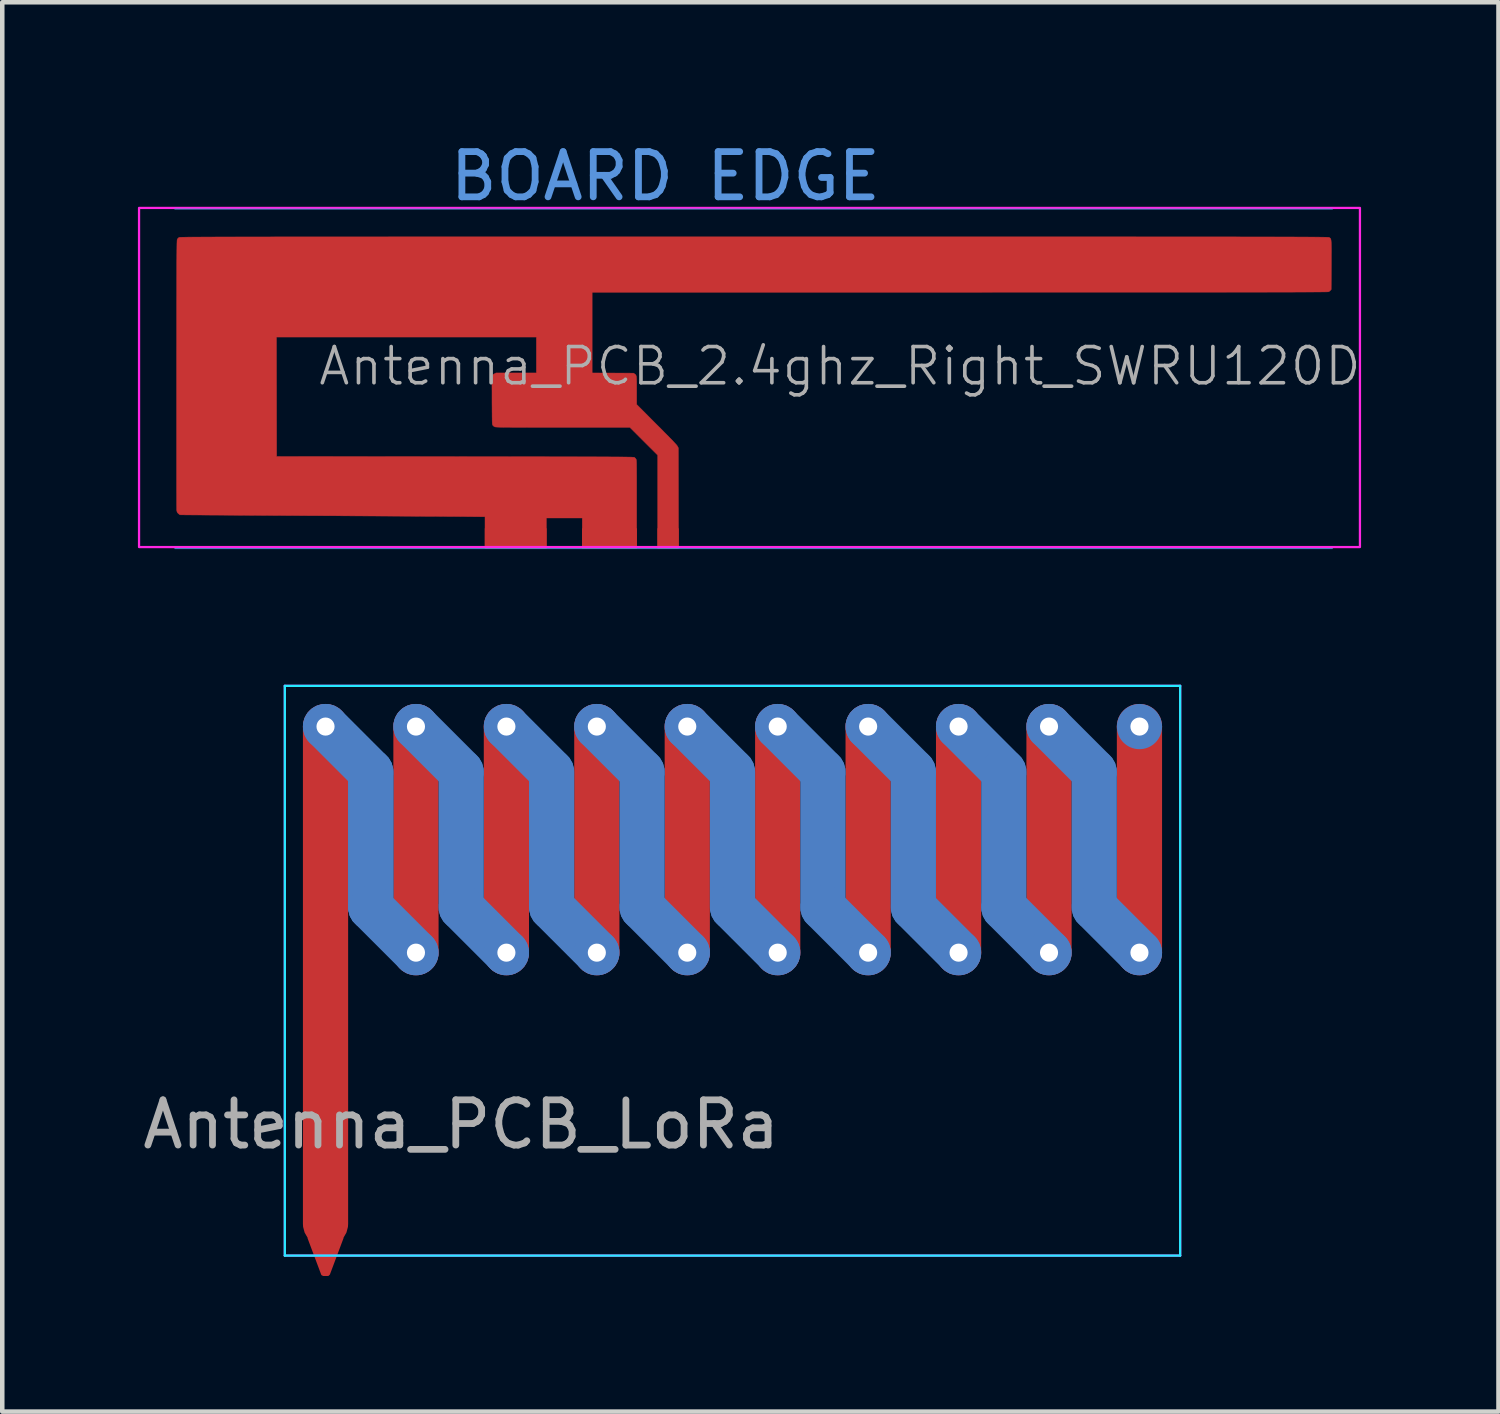
<source format=kicad_pcb>
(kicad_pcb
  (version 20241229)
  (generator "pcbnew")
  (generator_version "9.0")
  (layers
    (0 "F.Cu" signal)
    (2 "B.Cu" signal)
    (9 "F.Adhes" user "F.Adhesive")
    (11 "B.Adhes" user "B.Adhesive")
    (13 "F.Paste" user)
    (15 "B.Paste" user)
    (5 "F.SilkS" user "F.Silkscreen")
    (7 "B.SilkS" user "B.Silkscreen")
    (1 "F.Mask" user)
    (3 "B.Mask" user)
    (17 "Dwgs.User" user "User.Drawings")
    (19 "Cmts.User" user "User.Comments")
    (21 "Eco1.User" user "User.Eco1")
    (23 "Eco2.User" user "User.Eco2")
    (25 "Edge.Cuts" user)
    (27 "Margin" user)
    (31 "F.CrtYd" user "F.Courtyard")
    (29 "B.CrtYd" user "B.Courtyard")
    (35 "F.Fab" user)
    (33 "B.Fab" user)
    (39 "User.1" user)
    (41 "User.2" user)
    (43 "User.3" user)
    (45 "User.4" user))
  (footprint "Antenna_PCB_LoRa"
    (layer "F.Cu")
    (at 13.149 18.818)
    (property "Reference" "Antenna_PCB_LoRa" (at -6 3 0) (layer "F.Fab") (effects (font (size 1 1) (thickness 0.15))))
    (attr through_hole)
    (fp_line (start -9.9 -6.7) (end -9.9 5.9) (stroke (width 0.05) (type solid)) (layer "B.CrtYd"))
    (fp_line (start -9.9 5.9) (end 9.9 5.9) (stroke (width 0.05) (type solid)) (layer "B.CrtYd"))
    (fp_line (start 9.9 -6.7) (end -9.9 -6.7) (stroke (width 0.05) (type solid)) (layer "B.CrtYd"))
    (fp_line (start 9.9 5.9) (end 9.9 -6.7) (stroke (width 0.05) (type solid)) (layer "B.CrtYd"))
    (fp_line (start -9.9 -6.7) (end -9.9 5.9) (stroke (width 0.05) (type solid)) (layer "F.CrtYd"))
    (fp_line (start -9.9 5.9) (end 9.9 5.9) (stroke (width 0.05) (type solid)) (layer "F.CrtYd"))
    (fp_line (start 9.9 -6.7) (end -9.9 -6.7) (stroke (width 0.05) (type solid)) (layer "F.CrtYd"))
    (fp_line (start 9.9 5.9) (end 9.9 -6.7) (stroke (width 0.05) (type solid)) (layer "F.CrtYd"))
    (pad "1" thru_hole circle (at -9 -5.8 180) (size 1 1) (drill 0.4) (layers "*.Cu"))
    (pad "1" smd custom (at -9 5.9 180) (size 0.2 0.2) (layers "F.Cu") (options (anchor circle)) (primitives (gr_poly (pts (xy -0.35 0.4) (xy 0.35 0.4) (xy 0.05 -0.4) (xy -0.05 -0.4)) (width 0.1) (fill yes)) (gr_line (start 0 0.7) (end 0 11.7) (width 1))))
    (pad "1" smd custom (at -8.4 -5.2) (size 1 1) (layers "B.Cu") (options (anchor circle)) (primitives (gr_line (start -0.6 -0.6) (end 0.4 0.4) (width 1))))
    (pad "1" smd custom (at -8 -3.3) (size 1 1) (layers "B.Cu") (options (anchor circle)) (primitives (gr_line (start 0 -1.5) (end 0 1.5) (width 1))))
    (pad "1" smd custom (at -8 -3.3) (size 1 1) (layers "B.Cu") (options (anchor circle)) (primitives (gr_line (start 0 -1.5) (end 0 1.5) (width 1))))
    (pad "1" smd custom (at -7.5 -1.3) (size 1 1) (layers "B.Cu") (options (anchor circle)) (primitives (gr_line (start -0.5 -0.5) (end 0.5 0.5) (width 1))))
    (pad "1" thru_hole circle (at -7 -5.8 180) (size 1 1) (drill 0.4) (layers "*.Cu"))
    (pad "1" smd custom (at -7 -3.25) (size 1 1) (layers "F.Cu") (options (anchor circle)) (primitives (gr_line (start 0 -2.55) (end 0 2.45) (width 1))))
    (pad "1" thru_hole circle (at -7 -0.8 180) (size 1 1) (drill 0.4) (layers "*.Cu"))
    (pad "1" smd custom (at -6.4 -5.2) (size 1 1) (layers "B.Cu") (options (anchor circle)) (primitives (gr_line (start -0.6 -0.6) (end 0.4 0.4) (width 1))))
    (pad "1" smd custom (at -6 -3.3) (size 1 1) (layers "B.Cu") (options (anchor circle)) (primitives (gr_line (start 0 -1.5) (end 0 1.5) (width 1))))
    (pad "1" smd custom (at -5.5 -1.3) (size 1 1) (layers "B.Cu") (options (anchor circle)) (primitives (gr_line (start -0.5 -0.5) (end 0.5 0.5) (width 1))))
    (pad "1" thru_hole circle (at -5 -5.8 180) (size 1 1) (drill 0.4) (layers "*.Cu"))
    (pad "1" smd custom (at -5 -3.25) (size 1 1) (layers "F.Cu") (options (anchor circle)) (primitives (gr_line (start 0 -2.55) (end 0 2.45) (width 1))))
    (pad "1" thru_hole circle (at -5 -0.8 180) (size 1 1) (drill 0.4) (layers "*.Cu"))
    (pad "1" smd custom (at -4.4 -5.2) (size 1 1) (layers "B.Cu") (options (anchor circle)) (primitives (gr_line (start -0.6 -0.6) (end 0.4 0.4) (width 1))))
    (pad "1" smd custom (at -4 -3.3) (size 1 1) (layers "B.Cu") (options (anchor circle)) (primitives (gr_line (start 0 -1.5) (end 0 1.5) (width 1))))
    (pad "1" smd custom (at -3.5 -1.3) (size 1 1) (layers "B.Cu") (options (anchor circle)) (primitives (gr_line (start -0.5 -0.5) (end 0.5 0.5) (width 1))))
    (pad "1" thru_hole circle (at -3 -5.8 180) (size 1 1) (drill 0.4) (layers "*.Cu"))
    (pad "1" smd custom (at -3 -3.25) (size 1 1) (layers "F.Cu") (options (anchor circle)) (primitives (gr_line (start 0 -2.55) (end 0 2.45) (width 1))))
    (pad "1" thru_hole circle (at -3 -0.8 180) (size 1 1) (drill 0.4) (layers "*.Cu"))
    (pad "1" smd custom (at -2.4 -5.2) (size 1 1) (layers "B.Cu") (options (anchor circle)) (primitives (gr_line (start -0.6 -0.6) (end 0.4 0.4) (width 1))))
    (pad "1" smd custom (at -2 -3.3) (size 1 1) (layers "B.Cu") (options (anchor circle)) (primitives (gr_line (start 0 -1.5) (end 0 1.5) (width 1))))
    (pad "1" smd custom (at -1.5 -1.3) (size 1 1) (layers "B.Cu") (options (anchor circle)) (primitives (gr_line (start -0.5 -0.5) (end 0.5 0.5) (width 1))))
    (pad "1" thru_hole circle (at -1 -5.8 180) (size 1 1) (drill 0.4) (layers "*.Cu"))
    (pad "1" smd custom (at -1 -3.25) (size 1 1) (layers "F.Cu") (options (anchor circle)) (primitives (gr_line (start 0 -2.55) (end 0 2.45) (width 1))))
    (pad "1" thru_hole circle (at -1 -0.8 180) (size 1 1) (drill 0.4) (layers "*.Cu"))
    (pad "1" smd custom (at -0.4 -5.2) (size 1 1) (layers "B.Cu") (options (anchor circle)) (primitives (gr_line (start -0.6 -0.6) (end 0.4 0.4) (width 1))))
    (pad "1" smd custom (at 0 -3.3) (size 1 1) (layers "B.Cu") (options (anchor circle)) (primitives (gr_line (start 0 -1.5) (end 0 1.5) (width 1))))
    (pad "1" smd custom (at 0.5 -1.3) (size 1 1) (layers "B.Cu") (options (anchor circle)) (primitives (gr_line (start -0.5 -0.5) (end 0.5 0.5) (width 1))))
    (pad "1" thru_hole circle (at 1 -5.8 180) (size 1 1) (drill 0.4) (layers "*.Cu"))
    (pad "1" smd custom (at 1 -3.25) (size 1 1) (layers "F.Cu") (options (anchor circle)) (primitives (gr_line (start 0 -2.55) (end 0 2.45) (width 1))))
    (pad "1" thru_hole circle (at 1 -0.8 180) (size 1 1) (drill 0.4) (layers "*.Cu"))
    (pad "1" smd custom (at 1.6 -5.2) (size 1 1) (layers "B.Cu") (options (anchor circle)) (primitives (gr_line (start -0.6 -0.6) (end 0.4 0.4) (width 1))))
    (pad "1" smd custom (at 2 -3.3) (size 1 1) (layers "B.Cu") (options (anchor circle)) (primitives (gr_line (start 0 -1.5) (end 0 1.5) (width 1))))
    (pad "1" smd custom (at 2.5 -1.3) (size 1 1) (layers "B.Cu") (options (anchor circle)) (primitives (gr_line (start -0.5 -0.5) (end 0.5 0.5) (width 1))))
    (pad "1" thru_hole circle (at 3 -5.8 180) (size 1 1) (drill 0.4) (layers "*.Cu"))
    (pad "1" smd custom (at 3 -3.25) (size 1 1) (layers "F.Cu") (options (anchor circle)) (primitives (gr_line (start 0 -2.55) (end 0 2.45) (width 1))))
    (pad "1" thru_hole circle (at 3 -0.8 180) (size 1 1) (drill 0.4) (layers "*.Cu"))
    (pad "1" smd custom (at 3.6 -5.2) (size 1 1) (layers "B.Cu") (options (anchor circle)) (primitives (gr_line (start -0.6 -0.6) (end 0.4 0.4) (width 1))))
    (pad "1" smd custom (at 4 -3.3) (size 1 1) (layers "B.Cu") (options (anchor circle)) (primitives (gr_line (start 0 -1.5) (end 0 1.5) (width 1))))
    (pad "1" smd custom (at 4.5 -1.3) (size 1 1) (layers "B.Cu") (options (anchor circle)) (primitives (gr_line (start -0.5 -0.5) (end 0.5 0.5) (width 1))))
    (pad "1" thru_hole circle (at 5 -5.8 180) (size 1 1) (drill 0.4) (layers "*.Cu"))
    (pad "1" smd custom (at 5 -3.25) (size 1 1) (layers "F.Cu") (options (anchor circle)) (primitives (gr_line (start 0 -2.55) (end 0 2.45) (width 1))))
    (pad "1" thru_hole circle (at 5 -0.8 180) (size 1 1) (drill 0.4) (layers "*.Cu"))
    (pad "1" smd custom (at 5.6 -5.2) (size 1 1) (layers "B.Cu") (options (anchor circle)) (primitives (gr_line (start -0.6 -0.6) (end 0.4 0.4) (width 1))))
    (pad "1" smd custom (at 6 -3.3) (size 1 1) (layers "B.Cu") (options (anchor circle)) (primitives (gr_line (start 0 -1.5) (end 0 1.5) (width 1))))
    (pad "1" smd custom (at 6.5 -1.3) (size 1 1) (layers "B.Cu") (options (anchor circle)) (primitives (gr_line (start -0.5 -0.5) (end 0.5 0.5) (width 1))))
    (pad "1" thru_hole circle (at 7 -5.8 180) (size 1 1) (drill 0.4) (layers "*.Cu"))
    (pad "1" smd custom (at 7 -3.25) (size 1 1) (layers "F.Cu") (options (anchor circle)) (primitives (gr_line (start 0 -2.55) (end 0 2.45) (width 1))))
    (pad "1" thru_hole circle (at 7 -0.8 180) (size 1 1) (drill 0.4) (layers "*.Cu"))
    (pad "1" smd custom (at 7.6 -5.2) (size 1 1) (layers "B.Cu") (options (anchor circle)) (primitives (gr_line (start -0.6 -0.6) (end 0.4 0.4) (width 1))))
    (pad "1" smd custom (at 8 -3.3) (size 1 1) (layers "B.Cu") (options (anchor circle)) (primitives (gr_line (start 0 -1.5) (end 0 1.5) (width 1))))
    (pad "1" smd custom (at 8.5 -1.3) (size 1 1) (layers "B.Cu") (options (anchor circle)) (primitives (gr_line (start -0.5 -0.5) (end 0.5 0.5) (width 1))))
    (pad "1" thru_hole circle (at 9 -5.8 180) (size 1 1) (drill 0.4) (layers "*.Cu"))
    (pad "1" smd custom (at 9 -3.25) (size 1 1) (layers "F.Cu") (options (anchor circle)) (primitives (gr_line (start 0 -2.55) (end 0 2.45) (width 1))))
    (pad "1" thru_hole circle (at 9 -0.8 180) (size 1 1) (drill 0.4) (layers "*.Cu")))
  (footprint "Antenna_PCB_2.4ghz_Right_SWRU120D"
    (layer "F.Cu")
    (at 15.525 5.548)
    (property "Reference" "Antenna_PCB_2.4ghz_Right_SWRU120D" (at 0 -0.5 180) (layer "F.Fab") (effects (font (size 0.8 0.8) (thickness 0.08))))
    (attr smd exclude_from_bom)
    (fp_poly (pts (xy 0.095 -3.36) (xy 0.558 -3.36) (xy 1.008 -3.36) (xy 1.444 -3.36) (xy 1.867 -3.36) (xy 2.278 -3.36) (xy 2.675 -3.36) (xy 3.06 -3.36) (xy 3.433 -3.36) (xy 3.793 -3.36) (xy 4.142 -3.36) (xy 4.478 -3.36) (xy 4.804 -3.36) (xy 5.118 -3.36) (xy 5.42 -3.36) (xy 5.712 -3.36) (xy 5.993 -3.36) (xy 6.264 -3.36) (xy 6.524 -3.36) (xy 6.774 -3.359) (xy 7.014 -3.359) (xy 7.244 -3.359) (xy 7.465 -3.359) (xy 7.677 -3.359) (xy 7.879 -3.359) (xy 8.073 -3.359) (xy 8.257 -3.359) (xy 8.434 -3.359) (xy 8.602 -3.359) (xy 8.761 -3.359) (xy 8.913 -3.358) (xy 9.058 -3.358) (xy 9.194 -3.358) (xy 9.324 -3.358) (xy 9.446 -3.358) (xy 9.561 -3.358) (xy 9.67 -3.357) (xy 9.772 -3.357) (xy 9.868 -3.357) (xy 9.958 -3.357) (xy 10.042 -3.357) (xy 10.12 -3.356) (xy 10.193 -3.356) (xy 10.26 -3.356) (xy 10.323 -3.356) (xy 10.38 -3.355) (xy 10.433 -3.355) (xy 10.481 -3.355) (xy 10.525 -3.354) (xy 10.565 -3.354) (xy 10.602 -3.354) (xy 10.634 -3.353) (xy 10.663 -3.353) (xy 10.689 -3.353) (xy 10.711 -3.352) (xy 10.731 -3.352) (xy 10.748 -3.352) (xy 10.763 -3.351) (xy 10.776 -3.351) (xy 10.786 -3.35) (xy 10.794 -3.35) (xy 10.801 -3.349) (xy 10.807 -3.349) (xy 10.811 -3.348) (xy 10.814 -3.348) (xy 10.816 -3.347) (xy 10.818 -3.347) (xy 10.819 -3.346) (xy 10.82 -3.346) (xy 10.829 -3.34) (xy 10.837 -3.335) (xy 10.844 -3.33) (xy 10.849 -3.323) (xy 10.854 -3.313) (xy 10.858 -3.3) (xy 10.861 -3.283) (xy 10.863 -3.26) (xy 10.865 -3.23) (xy 10.866 -3.193) (xy 10.867 -3.148) (xy 10.868 -3.093) (xy 10.868 -3.027) (xy 10.867 -2.95) (xy 10.867 -2.861) (xy 10.867 -2.758) (xy 10.867 -2.739) (xy 10.864 -2.195) (xy 10.846 -2.175) (xy 10.828 -2.159) (xy 10.809 -2.146) (xy 10.808 -2.146) (xy 10.806 -2.145) (xy 10.8 -2.145) (xy 10.791 -2.144) (xy 10.779 -2.144) (xy 10.762 -2.143) (xy 10.742 -2.143) (xy 10.717 -2.142) (xy 10.687 -2.142) (xy 10.653 -2.142) (xy 10.614 -2.141) (xy 10.569 -2.141) (xy 10.519 -2.141) (xy 10.464 -2.14) (xy 10.402 -2.14) (xy 10.334 -2.14) (xy 10.259 -2.139) (xy 10.178 -2.139) (xy 10.09 -2.139) (xy 9.995 -2.138) (xy 9.892 -2.138) (xy 9.782 -2.138) (xy 9.663 -2.138) (xy 9.537 -2.138) (xy 9.402 -2.137) (xy 9.259 -2.137) (xy 9.106 -2.137) (xy 8.945 -2.137) (xy 8.774 -2.137) (xy 8.594 -2.137) (xy 8.403 -2.136) (xy 8.203 -2.136) (xy 7.993 -2.136) (xy 7.772 -2.136) (xy 7.54 -2.136) (xy 7.297 -2.136) (xy 7.043 -2.136) (xy 6.777 -2.136) (xy 6.5 -2.136) (xy 6.211 -2.136) (xy 5.909 -2.136) (xy 5.595 -2.136) (xy 5.268 -2.136) (xy 4.929 -2.136) (xy 4.576 -2.136) (xy 4.21 -2.136) (xy 3.83 -2.136) (xy 3.436 -2.136) (xy 3.028 -2.135) (xy 2.654 -2.135) (xy -5.48 -2.135) (xy -5.48 -0.35) (xy -4.565 -0.346) (xy -4.541 -0.329) (xy -4.531 -0.322) (xy -4.522 -0.314) (xy -4.515 -0.306) (xy -4.509 -0.294) (xy -4.504 -0.28) (xy -4.501 -0.26) (xy -4.499 -0.233) (xy -4.497 -0.199) (xy -4.496 -0.155) (xy -4.496 -0.1) (xy -4.496 -0.034) (xy -4.496 0.038) (xy -4.496 0.346) (xy -4.053 0.791) (xy -3.97 0.873) (xy -3.898 0.947) (xy -3.834 1.011) (xy -3.78 1.066) (xy -3.733 1.114) (xy -3.694 1.154) (xy -3.663 1.188) (xy -3.638 1.215) (xy -3.618 1.237) (xy -3.605 1.253) (xy -3.596 1.265) (xy -3.592 1.272) (xy -3.574 1.308) (xy -3.57 3.498) (xy -4.029 3.498) (xy -4.029 1.469) (xy -4.337 1.161) (xy -4.645 0.853) (xy -6.129 0.853) (xy -6.302 0.853) (xy -6.461 0.853) (xy -6.607 0.853) (xy -6.74 0.853) (xy -6.861 0.853) (xy -6.971 0.852) (xy -7.069 0.852) (xy -7.157 0.852) (xy -7.235 0.852) (xy -7.304 0.851) (xy -7.365 0.851) (xy -7.417 0.851) (xy -7.462 0.85) (xy -7.5 0.85) (xy -7.532 0.849) (xy -7.559 0.848) (xy -7.58 0.847) (xy -7.597 0.846) (xy -7.61 0.845) (xy -7.62 0.844) (xy -7.627 0.843) (xy -7.632 0.842) (xy -7.636 0.84) (xy -7.637 0.84) (xy -7.658 0.826) (xy -7.676 0.808) (xy -7.677 0.807) (xy -7.68 0.802) (xy -7.682 0.798) (xy -7.684 0.791) (xy -7.686 0.782) (xy -7.688 0.769) (xy -7.689 0.751) (xy -7.69 0.728) (xy -7.691 0.697) (xy -7.691 0.659) (xy -7.692 0.612) (xy -7.692 0.554) (xy -7.693 0.486) (xy -7.693 0.406) (xy -7.694 0.313) (xy -7.694 0.26) (xy -7.694 0.156) (xy -7.694 0.066) (xy -7.695 -0.012) (xy -7.695 -0.078) (xy -7.694 -0.134) (xy -7.693 -0.18) (xy -7.692 -0.217) (xy -7.69 -0.247) (xy -7.687 -0.27) (xy -7.683 -0.288) (xy -7.679 -0.301) (xy -7.673 -0.31) (xy -7.666 -0.317) (xy -7.658 -0.323) (xy -7.649 -0.327) (xy -7.639 -0.333) (xy -7.637 -0.333) (xy -7.605 -0.35) (xy -6.712 -0.35) (xy -6.712 -1.144) (xy -12.462 -1.144) (xy -12.46 0.177) (xy -12.458 1.498) (xy -8.511 1.501) (xy -8.225 1.502) (xy -7.952 1.502) (xy -7.693 1.502) (xy -7.448 1.502) (xy -7.216 1.503) (xy -6.996 1.503) (xy -6.789 1.503) (xy -6.594 1.503) (xy -6.411 1.504) (xy -6.239 1.504) (xy -6.078 1.504) (xy -5.928 1.504) (xy -5.788 1.505) (xy -5.657 1.505) (xy -5.536 1.505) (xy -5.425 1.505) (xy -5.322 1.506) (xy -5.227 1.506) (xy -5.141 1.506) (xy -5.062 1.507) (xy -4.991 1.507) (xy -4.926 1.507) (xy -4.868 1.508) (xy -4.817 1.508) (xy -4.771 1.509) (xy -4.731 1.509) (xy -4.696 1.51) (xy -4.665 1.51) (xy -4.639 1.511) (xy -4.617 1.511) (xy -4.599 1.512) (xy -4.585 1.513) (xy -4.573 1.513) (xy -4.564 1.514) (xy -4.557 1.515) (xy -4.551 1.516) (xy -4.548 1.517) (xy -4.546 1.518) (xy -4.544 1.518) (xy -4.526 1.534) (xy -4.511 1.554) (xy -4.51 1.555) (xy -4.508 1.558) (xy -4.506 1.563) (xy -4.505 1.569) (xy -4.503 1.577) (xy -4.502 1.588) (xy -4.501 1.603) (xy -4.5 1.622) (xy -4.499 1.646) (xy -4.498 1.677) (xy -4.498 1.714) (xy -4.497 1.759) (xy -4.497 1.812) (xy -4.497 1.874) (xy -4.496 1.946) (xy -4.496 2.028) (xy -4.496 2.122) (xy -4.496 2.227) (xy -4.496 2.345) (xy -4.496 2.477) (xy -4.496 2.538) (xy -4.496 3.498) (xy -5.698 3.498) (xy -5.698 2.857) (xy -6.493 2.857) (xy -6.493 3.498) (xy -7.849 3.498) (xy -7.849 2.83) (xy -8.335 2.825) (xy -8.378 2.825) (xy -8.434 2.824) (xy -8.504 2.824) (xy -8.587 2.823) (xy -8.682 2.823) (xy -8.788 2.822) (xy -8.906 2.821) (xy -9.033 2.82) (xy -9.171 2.82) (xy -9.317 2.819) (xy -9.472 2.818) (xy -9.635 2.817) (xy -9.805 2.816) (xy -9.982 2.815) (xy -10.165 2.814) (xy -10.353 2.813) (xy -10.546 2.812) (xy -10.743 2.811) (xy -10.944 2.81) (xy -11.148 2.808) (xy -11.355 2.807) (xy -11.563 2.806) (xy -11.697 2.806) (xy -11.901 2.804) (xy -12.101 2.803) (xy -12.298 2.802) (xy -12.489 2.801) (xy -12.676 2.8) (xy -12.856 2.799) (xy -13.031 2.798) (xy -13.199 2.797) (xy -13.36 2.796) (xy -13.514 2.795) (xy -13.659 2.794) (xy -13.796 2.793) (xy -13.923 2.793) (xy -14.041 2.792) (xy -14.149 2.791) (xy -14.246 2.79) (xy -14.333 2.79) (xy -14.407 2.789) (xy -14.47 2.789) (xy -14.52 2.788) (xy -14.557 2.788) (xy -14.58 2.787) (xy -14.59 2.787) (xy -14.59 2.787) (xy -14.605 2.78) (xy -14.624 2.765) (xy -14.635 2.756) (xy -14.652 2.736) (xy -14.661 2.716) (xy -14.666 2.689) (xy -14.667 2.679) (xy -14.667 2.655) (xy -14.667 2.617) (xy -14.668 2.567) (xy -14.668 2.503) (xy -14.668 2.428) (xy -14.668 2.341) (xy -14.669 2.242) (xy -14.669 2.133) (xy -14.669 2.014) (xy -14.669 1.886) (xy -14.669 1.748) (xy -14.669 1.601) (xy -14.669 1.447) (xy -14.669 1.284) (xy -14.669 1.115) (xy -14.669 0.938) (xy -14.669 0.756) (xy -14.669 0.568) (xy -14.669 0.374) (xy -14.669 0.176) (xy -14.669 -0.026) (xy -14.669 -0.233) (xy -14.669 -0.317) (xy -14.669 -0.565) (xy -14.669 -0.798) (xy -14.668 -1.018) (xy -14.668 -1.225) (xy -14.668 -1.418) (xy -14.668 -1.6) (xy -14.668 -1.769) (xy -14.668 -1.926) (xy -14.667 -2.072) (xy -14.667 -2.208) (xy -14.667 -2.333) (xy -14.667 -2.448) (xy -14.666 -2.554) (xy -14.666 -2.65) (xy -14.666 -2.738) (xy -14.666 -2.817) (xy -14.665 -2.889) (xy -14.665 -2.953) (xy -14.664 -3.01) (xy -14.664 -3.061) (xy -14.663 -3.105) (xy -14.663 -3.143) (xy -14.662 -3.177) (xy -14.662 -3.205) (xy -14.661 -3.229) (xy -14.66 -3.248) (xy -14.66 -3.264) (xy -14.659 -3.277) (xy -14.658 -3.287) (xy -14.657 -3.294) (xy -14.656 -3.3) (xy -14.655 -3.304) (xy -14.654 -3.307) (xy -14.654 -3.307) (xy -14.638 -3.328) (xy -14.618 -3.345) (xy -14.617 -3.346) (xy -14.616 -3.346) (xy -14.615 -3.347) (xy -14.613 -3.347) (xy -14.61 -3.348) (xy -14.607 -3.348) (xy -14.602 -3.349) (xy -14.596 -3.349) (xy -14.589 -3.35) (xy -14.58 -3.35) (xy -14.568 -3.351) (xy -14.555 -3.351) (xy -14.54 -3.352) (xy -14.521 -3.352) (xy -14.501 -3.352) (xy -14.477 -3.353) (xy -14.45 -3.353) (xy -14.42 -3.354) (xy -14.386 -3.354) (xy -14.348 -3.354) (xy -14.307 -3.355) (xy -14.261 -3.355) (xy -14.211 -3.355) (xy -14.156 -3.355) (xy -14.097 -3.356) (xy -14.033 -3.356) (xy -13.963 -3.356) (xy -13.888 -3.356) (xy -13.808 -3.357) (xy -13.722 -3.357) (xy -13.63 -3.357) (xy -13.532 -3.357) (xy -13.427 -3.357) (xy -13.316 -3.358) (xy -13.198 -3.358) (xy -13.073 -3.358) (xy -12.94 -3.358) (xy -12.801 -3.358) (xy -12.654 -3.358) (xy -12.499 -3.359) (xy -12.336 -3.359) (xy -12.165 -3.359) (xy -11.985 -3.359) (xy -11.797 -3.359) (xy -11.6 -3.359) (xy -11.395 -3.359) (xy -11.18 -3.359) (xy -10.955 -3.359) (xy -10.721 -3.359) (xy -10.477 -3.359) (xy -10.223 -3.359) (xy -9.959 -3.36) (xy -9.685 -3.36) (xy -9.4 -3.36) (xy -9.104 -3.36) (xy -8.797 -3.36) (xy -8.478 -3.36) (xy -8.149 -3.36) (xy -7.808 -3.36) (xy -7.455 -3.36) (xy -7.09 -3.36) (xy -6.712 -3.36) (xy -6.323 -3.36) (xy -5.92 -3.36) (xy -5.505 -3.36) (xy -5.077 -3.36) (xy -4.635 -3.36) (xy -4.18 -3.36) (xy -3.712 -3.36) (xy -3.229 -3.36) (xy -2.733 -3.36) (xy -2.222 -3.36) (xy -1.898 -3.36) (xy -1.379 -3.36) (xy -0.874 -3.36) (xy -0.382 -3.36) (xy 0.095 -3.36)) (stroke (width 0.01) (type solid)) (fill yes) (layer "F.Cu"))
    (fp_line (start -14.709 -3.975) (end 10.892 -3.975) (stroke (width 0.02) (type solid)) (layer "Cmts.User"))
    (fp_line (start -14.709 3.535) (end 10.892 3.535) (stroke (width 0.02) (type solid)) (layer "Cmts.User"))
    (fp_rect (start -15.5 -4) (end 11.5 3.5) (stroke (width 0.05) (type default)) (fill no) (layer "F.CrtYd"))
    (fp_text user "BOARD EDGE" (at -3.86 -4.7 180) (layer "Cmts.User") (effects (font (size 1 1) (thickness 0.15))))
    (pad "1" connect rect (at -3.8 3.31) (size 0.469 0.45) (layers "F.Cu"))
    (pad "2" connect rect (at -7.171 3.31) (size 1.365 0.45) (layers "F.Cu"))
    (pad "2" connect rect (at -5.097 3.31) (size 1.212 0.45) (layers "F.Cu")))
  (gr_rect
    (start -3 -3)
    (end 30.089 28.168)
    (stroke (width 0.1) (type default))
    (fill no)
    (layer "Edge.Cuts")))
</source>
